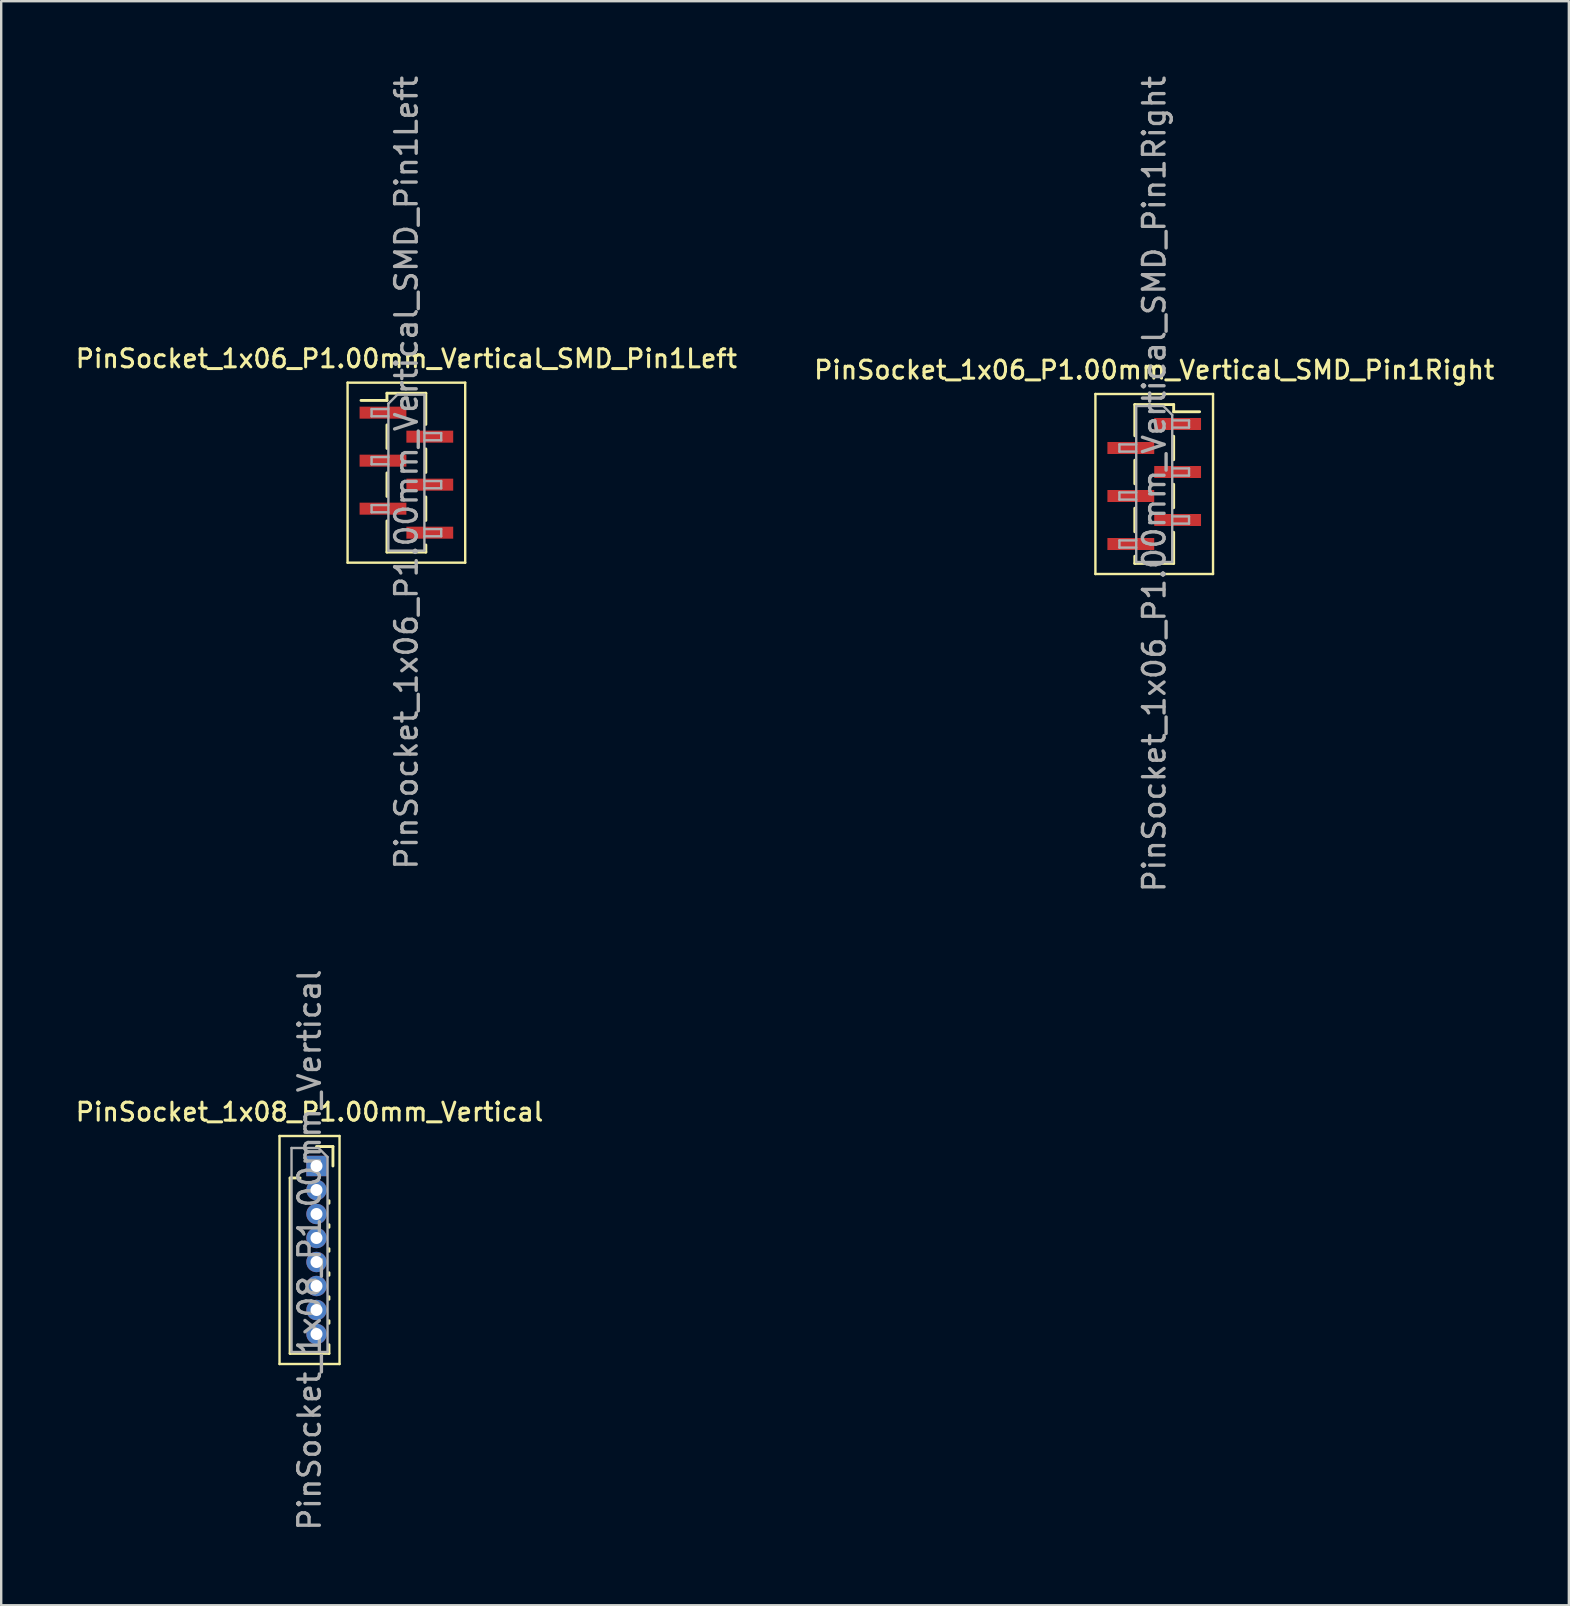
<source format=kicad_pcb>
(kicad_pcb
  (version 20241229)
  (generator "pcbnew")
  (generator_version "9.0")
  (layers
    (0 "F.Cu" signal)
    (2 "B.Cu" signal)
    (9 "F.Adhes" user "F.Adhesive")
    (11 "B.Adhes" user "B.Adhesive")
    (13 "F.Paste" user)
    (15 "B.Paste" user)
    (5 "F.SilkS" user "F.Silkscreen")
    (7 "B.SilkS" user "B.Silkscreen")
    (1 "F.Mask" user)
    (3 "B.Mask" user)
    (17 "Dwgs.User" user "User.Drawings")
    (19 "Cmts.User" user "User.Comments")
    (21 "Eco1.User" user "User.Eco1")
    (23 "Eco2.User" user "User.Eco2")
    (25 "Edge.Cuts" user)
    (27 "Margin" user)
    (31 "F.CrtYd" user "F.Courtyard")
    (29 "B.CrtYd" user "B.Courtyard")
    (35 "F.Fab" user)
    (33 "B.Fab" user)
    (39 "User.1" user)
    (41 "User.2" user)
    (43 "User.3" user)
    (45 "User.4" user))
  (footprint "PinSocket_1x06_P1.00mm_Vertical_SMD_Pin1Right"
    (layer "F.Cu")
    (at 45.034 17.113)
    (property "Reference" "PinSocket_1x06_P1.00mm_Vertical_SMD_Pin1Right" (at 0 -4.75 0) (layer "F.SilkS") (effects (font (size 0.75 0.75) (thickness 0.125))))
    (attr smd)
    (fp_line (start -2.45 -3.75) (end 2.45 -3.75) (stroke (width 0.1) (type solid)) (layer "F.SilkS"))
    (fp_line (start -2.45 3.75) (end -2.45 -3.75) (stroke (width 0.1) (type solid)) (layer "F.SilkS"))
    (fp_line (start -0.81 -3.31) (end -0.81 -2.01) (stroke (width 0.12) (type solid)) (layer "F.SilkS"))
    (fp_line (start -0.81 -3.31) (end 0.81 -3.31) (stroke (width 0.12) (type solid)) (layer "F.SilkS"))
    (fp_line (start -0.81 -0.99) (end -0.81 -0.01) (stroke (width 0.12) (type solid)) (layer "F.SilkS"))
    (fp_line (start -0.81 1.01) (end -0.81 1.99) (stroke (width 0.12) (type solid)) (layer "F.SilkS"))
    (fp_line (start -0.81 3.01) (end -0.81 3.31) (stroke (width 0.12) (type solid)) (layer "F.SilkS"))
    (fp_line (start -0.81 3.31) (end 0.81 3.31) (stroke (width 0.12) (type solid)) (layer "F.SilkS"))
    (fp_line (start 0.81 -3.31) (end 0.81 -3.01) (stroke (width 0.12) (type solid)) (layer "F.SilkS"))
    (fp_line (start 0.81 -3.01) (end 1.89 -3.01) (stroke (width 0.12) (type solid)) (layer "F.SilkS"))
    (fp_line (start 0.81 -1.99) (end 0.81 -1.01) (stroke (width 0.12) (type solid)) (layer "F.SilkS"))
    (fp_line (start 0.81 0.01) (end 0.81 0.99) (stroke (width 0.12) (type solid)) (layer "F.SilkS"))
    (fp_line (start 0.81 2.01) (end 0.81 3.31) (stroke (width 0.12) (type solid)) (layer "F.SilkS"))
    (fp_line (start 2.45 -3.75) (end 2.45 3.75) (stroke (width 0.1) (type solid)) (layer "F.SilkS"))
    (fp_line (start 2.45 3.75) (end -2.45 3.75) (stroke (width 0.1) (type solid)) (layer "F.SilkS"))
    (fp_line (start -1.45 -1.65) (end -0.75 -1.65) (stroke (width 0.1) (type solid)) (layer "F.Fab"))
    (fp_line (start -1.45 -1.35) (end -1.45 -1.65) (stroke (width 0.1) (type solid)) (layer "F.Fab"))
    (fp_line (start -1.45 0.35) (end -0.75 0.35) (stroke (width 0.1) (type solid)) (layer "F.Fab"))
    (fp_line (start -1.45 0.65) (end -1.45 0.35) (stroke (width 0.1) (type solid)) (layer "F.Fab"))
    (fp_line (start -1.45 2.35) (end -0.75 2.35) (stroke (width 0.1) (type solid)) (layer "F.Fab"))
    (fp_line (start -1.45 2.65) (end -1.45 2.35) (stroke (width 0.1) (type solid)) (layer "F.Fab"))
    (fp_line (start -0.75 -3.25) (end 0.375 -3.25) (stroke (width 0.1) (type solid)) (layer "F.Fab"))
    (fp_line (start -0.75 -1.35) (end -1.45 -1.35) (stroke (width 0.1) (type solid)) (layer "F.Fab"))
    (fp_line (start -0.75 0.65) (end -1.45 0.65) (stroke (width 0.1) (type solid)) (layer "F.Fab"))
    (fp_line (start -0.75 2.65) (end -1.45 2.65) (stroke (width 0.1) (type solid)) (layer "F.Fab"))
    (fp_line (start -0.75 3.25) (end -0.75 -3.25) (stroke (width 0.1) (type solid)) (layer "F.Fab"))
    (fp_line (start 0.375 -3.25) (end 0.75 -2.875) (stroke (width 0.1) (type solid)) (layer "F.Fab"))
    (fp_line (start 0.75 -2.875) (end 0.75 3.25) (stroke (width 0.1) (type solid)) (layer "F.Fab"))
    (fp_line (start 0.75 -2.65) (end 1.45 -2.65) (stroke (width 0.1) (type solid)) (layer "F.Fab"))
    (fp_line (start 0.75 -0.65) (end 1.45 -0.65) (stroke (width 0.1) (type solid)) (layer "F.Fab"))
    (fp_line (start 0.75 1.35) (end 1.45 1.35) (stroke (width 0.1) (type solid)) (layer "F.Fab"))
    (fp_line (start 0.75 3.25) (end -0.75 3.25) (stroke (width 0.1) (type solid)) (layer "F.Fab"))
    (fp_line (start 1.45 -2.65) (end 1.45 -2.35) (stroke (width 0.1) (type solid)) (layer "F.Fab"))
    (fp_line (start 1.45 -2.35) (end 0.75 -2.35) (stroke (width 0.1) (type solid)) (layer "F.Fab"))
    (fp_line (start 1.45 -0.65) (end 1.45 -0.35) (stroke (width 0.1) (type solid)) (layer "F.Fab"))
    (fp_line (start 1.45 -0.35) (end 0.75 -0.35) (stroke (width 0.1) (type solid)) (layer "F.Fab"))
    (fp_line (start 1.45 1.35) (end 1.45 1.65) (stroke (width 0.1) (type solid)) (layer "F.Fab"))
    (fp_line (start 1.45 1.65) (end 0.75 1.65) (stroke (width 0.1) (type solid)) (layer "F.Fab"))
    (fp_text user "${REFERENCE}" (at 0 0 90) (layer "F.Fab") (effects (font (size 0.9 0.9) (thickness 0.14))))
    (pad "1" smd rect (at 0.975 -2.5) (size 1.95 0.5) (layers "F.Cu" "F.Mask" "F.Paste"))
    (pad "2" smd rect (at -0.975 -1.5) (size 1.95 0.5) (layers "F.Cu" "F.Mask" "F.Paste"))
    (pad "3" smd rect (at 0.975 -0.5) (size 1.95 0.5) (layers "F.Cu" "F.Mask" "F.Paste"))
    (pad "4" smd rect (at -0.975 0.5) (size 1.95 0.5) (layers "F.Cu" "F.Mask" "F.Paste"))
    (pad "5" smd rect (at 0.975 1.5) (size 1.95 0.5) (layers "F.Cu" "F.Mask" "F.Paste"))
    (pad "6" smd rect (at -0.975 2.5) (size 1.95 0.5) (layers "F.Cu" "F.Mask" "F.Paste")))
  (footprint "PinSocket_1x08_P1.00mm_Vertical"
    (layer "F.Cu")
    (at 10.135 45.524)
    (property "Reference" "PinSocket_1x08_P1.00mm_Vertical" (at -0.29 -2.25 0) (layer "F.SilkS") (effects (font (size 0.75 0.75) (thickness 0.125))))
    (attr through_hole)
    (fp_line (start -1.54 -1.25) (end 0.96 -1.25) (stroke (width 0.1) (type solid)) (layer "F.SilkS"))
    (fp_line (start -1.54 8.25) (end -1.54 -1.25) (stroke (width 0.1) (type solid)) (layer "F.SilkS"))
    (fp_line (start -1.1 0.5) (end -1.1 7.81) (stroke (width 0.12) (type solid)) (layer "F.SilkS"))
    (fp_line (start -1.1 0.5) (end -0.685 0.5) (stroke (width 0.12) (type solid)) (layer "F.SilkS"))
    (fp_line (start -1.1 7.81) (end 0.52 7.81) (stroke (width 0.12) (type solid)) (layer "F.SilkS"))
    (fp_line (start 0 -0.81) (end 0.685 -0.81) (stroke (width 0.12) (type solid)) (layer "F.SilkS"))
    (fp_line (start 0.52 1.446) (end 0.52 1.554) (stroke (width 0.12) (type solid)) (layer "F.SilkS"))
    (fp_line (start 0.52 2.446) (end 0.52 2.554) (stroke (width 0.12) (type solid)) (layer "F.SilkS"))
    (fp_line (start 0.52 3.446) (end 0.52 3.554) (stroke (width 0.12) (type solid)) (layer "F.SilkS"))
    (fp_line (start 0.52 4.446) (end 0.52 4.554) (stroke (width 0.12) (type solid)) (layer "F.SilkS"))
    (fp_line (start 0.52 5.446) (end 0.52 5.554) (stroke (width 0.12) (type solid)) (layer "F.SilkS"))
    (fp_line (start 0.52 6.446) (end 0.52 6.554) (stroke (width 0.12) (type solid)) (layer "F.SilkS"))
    (fp_line (start 0.52 7.446) (end 0.52 7.81) (stroke (width 0.12) (type solid)) (layer "F.SilkS"))
    (fp_line (start 0.685 -0.81) (end 0.685 0) (stroke (width 0.12) (type solid)) (layer "F.SilkS"))
    (fp_line (start 0.96 -1.25) (end 0.96 8.25) (stroke (width 0.1) (type solid)) (layer "F.SilkS"))
    (fp_line (start 0.96 8.25) (end -1.54 8.25) (stroke (width 0.1) (type solid)) (layer "F.SilkS"))
    (fp_line (start -1.04 -0.75) (end 0.085 -0.75) (stroke (width 0.1) (type solid)) (layer "F.Fab"))
    (fp_line (start -1.04 7.75) (end -1.04 -0.75) (stroke (width 0.1) (type solid)) (layer "F.Fab"))
    (fp_line (start 0.085 -0.75) (end 0.46 -0.375) (stroke (width 0.1) (type solid)) (layer "F.Fab"))
    (fp_line (start 0.46 -0.375) (end 0.46 7.75) (stroke (width 0.1) (type solid)) (layer "F.Fab"))
    (fp_line (start 0.46 7.75) (end -1.04 7.75) (stroke (width 0.1) (type solid)) (layer "F.Fab"))
    (fp_text user "${REFERENCE}" (at -0.29 3.5 90) (layer "F.Fab") (effects (font (size 0.9 0.9) (thickness 0.14))))
    (pad "1" thru_hole rect (at 0 0) (size 0.85 0.85) (drill 0.5) (layers "*.Cu" "*.Mask"))
    (pad "2" thru_hole oval (at 0 1) (size 0.85 0.85) (drill 0.5) (layers "*.Cu" "*.Mask"))
    (pad "3" thru_hole oval (at 0 2) (size 0.85 0.85) (drill 0.5) (layers "*.Cu" "*.Mask"))
    (pad "4" thru_hole oval (at 0 3) (size 0.85 0.85) (drill 0.5) (layers "*.Cu" "*.Mask"))
    (pad "5" thru_hole oval (at 0 4) (size 0.85 0.85) (drill 0.5) (layers "*.Cu" "*.Mask"))
    (pad "6" thru_hole oval (at 0 5) (size 0.85 0.85) (drill 0.5) (layers "*.Cu" "*.Mask"))
    (pad "7" thru_hole oval (at 0 6) (size 0.85 0.85) (drill 0.5) (layers "*.Cu" "*.Mask"))
    (pad "8" thru_hole oval (at 0 7) (size 0.85 0.85) (drill 0.5) (layers "*.Cu" "*.Mask")))
  (footprint "PinSocket_1x06_P1.00mm_Vertical_SMD_Pin1Left"
    (layer "F.Cu")
    (at 13.88 16.641)
    (property "Reference" "PinSocket_1x06_P1.00mm_Vertical_SMD_Pin1Left" (at 0 -4.75 0) (layer "F.SilkS") (effects (font (size 0.75 0.75) (thickness 0.125))))
    (attr smd)
    (fp_line (start -2.45 -3.75) (end 2.45 -3.75) (stroke (width 0.1) (type solid)) (layer "F.SilkS"))
    (fp_line (start -2.45 3.75) (end -2.45 -3.75) (stroke (width 0.1) (type solid)) (layer "F.SilkS"))
    (fp_line (start -1.89 -3.01) (end -0.81 -3.01) (stroke (width 0.12) (type solid)) (layer "F.SilkS"))
    (fp_line (start -0.81 -3.31) (end -0.81 -3.01) (stroke (width 0.12) (type solid)) (layer "F.SilkS"))
    (fp_line (start -0.81 -3.31) (end 0.81 -3.31) (stroke (width 0.12) (type solid)) (layer "F.SilkS"))
    (fp_line (start -0.81 -1.99) (end -0.81 -1.01) (stroke (width 0.12) (type solid)) (layer "F.SilkS"))
    (fp_line (start -0.81 0.01) (end -0.81 0.99) (stroke (width 0.12) (type solid)) (layer "F.SilkS"))
    (fp_line (start -0.81 2.01) (end -0.81 3.31) (stroke (width 0.12) (type solid)) (layer "F.SilkS"))
    (fp_line (start -0.81 3.31) (end 0.81 3.31) (stroke (width 0.12) (type solid)) (layer "F.SilkS"))
    (fp_line (start 0.81 -3.31) (end 0.81 -2.01) (stroke (width 0.12) (type solid)) (layer "F.SilkS"))
    (fp_line (start 0.81 -0.99) (end 0.81 -0.01) (stroke (width 0.12) (type solid)) (layer "F.SilkS"))
    (fp_line (start 0.81 1.01) (end 0.81 1.99) (stroke (width 0.12) (type solid)) (layer "F.SilkS"))
    (fp_line (start 0.81 3.01) (end 0.81 3.31) (stroke (width 0.12) (type solid)) (layer "F.SilkS"))
    (fp_line (start 2.45 -3.75) (end 2.45 3.75) (stroke (width 0.1) (type solid)) (layer "F.SilkS"))
    (fp_line (start 2.45 3.75) (end -2.45 3.75) (stroke (width 0.1) (type solid)) (layer "F.SilkS"))
    (fp_line (start -1.45 -2.65) (end -0.75 -2.65) (stroke (width 0.1) (type solid)) (layer "F.Fab"))
    (fp_line (start -1.45 -2.35) (end -1.45 -2.65) (stroke (width 0.1) (type solid)) (layer "F.Fab"))
    (fp_line (start -1.45 -0.65) (end -0.75 -0.65) (stroke (width 0.1) (type solid)) (layer "F.Fab"))
    (fp_line (start -1.45 -0.35) (end -1.45 -0.65) (stroke (width 0.1) (type solid)) (layer "F.Fab"))
    (fp_line (start -1.45 1.35) (end -0.75 1.35) (stroke (width 0.1) (type solid)) (layer "F.Fab"))
    (fp_line (start -1.45 1.65) (end -1.45 1.35) (stroke (width 0.1) (type solid)) (layer "F.Fab"))
    (fp_line (start -0.75 -2.875) (end -0.375 -3.25) (stroke (width 0.1) (type solid)) (layer "F.Fab"))
    (fp_line (start -0.75 -2.35) (end -1.45 -2.35) (stroke (width 0.1) (type solid)) (layer "F.Fab"))
    (fp_line (start -0.75 -0.35) (end -1.45 -0.35) (stroke (width 0.1) (type solid)) (layer "F.Fab"))
    (fp_line (start -0.75 1.65) (end -1.45 1.65) (stroke (width 0.1) (type solid)) (layer "F.Fab"))
    (fp_line (start -0.75 3.25) (end -0.75 -2.875) (stroke (width 0.1) (type solid)) (layer "F.Fab"))
    (fp_line (start -0.375 -3.25) (end 0.75 -3.25) (stroke (width 0.1) (type solid)) (layer "F.Fab"))
    (fp_line (start 0.75 -3.25) (end 0.75 3.25) (stroke (width 0.1) (type solid)) (layer "F.Fab"))
    (fp_line (start 0.75 -1.65) (end 1.45 -1.65) (stroke (width 0.1) (type solid)) (layer "F.Fab"))
    (fp_line (start 0.75 0.35) (end 1.45 0.35) (stroke (width 0.1) (type solid)) (layer "F.Fab"))
    (fp_line (start 0.75 2.35) (end 1.45 2.35) (stroke (width 0.1) (type solid)) (layer "F.Fab"))
    (fp_line (start 0.75 3.25) (end -0.75 3.25) (stroke (width 0.1) (type solid)) (layer "F.Fab"))
    (fp_line (start 1.45 -1.65) (end 1.45 -1.35) (stroke (width 0.1) (type solid)) (layer "F.Fab"))
    (fp_line (start 1.45 -1.35) (end 0.75 -1.35) (stroke (width 0.1) (type solid)) (layer "F.Fab"))
    (fp_line (start 1.45 0.35) (end 1.45 0.65) (stroke (width 0.1) (type solid)) (layer "F.Fab"))
    (fp_line (start 1.45 0.65) (end 0.75 0.65) (stroke (width 0.1) (type solid)) (layer "F.Fab"))
    (fp_line (start 1.45 2.35) (end 1.45 2.65) (stroke (width 0.1) (type solid)) (layer "F.Fab"))
    (fp_line (start 1.45 2.65) (end 0.75 2.65) (stroke (width 0.1) (type solid)) (layer "F.Fab"))
    (fp_text user "${REFERENCE}" (at 0 0 90) (layer "F.Fab") (effects (font (size 0.9 0.9) (thickness 0.14))))
    (pad "1" smd rect (at -0.975 -2.5) (size 1.95 0.5) (layers "F.Cu" "F.Mask" "F.Paste"))
    (pad "2" smd rect (at 0.975 -1.5) (size 1.95 0.5) (layers "F.Cu" "F.Mask" "F.Paste"))
    (pad "3" smd rect (at -0.975 -0.5) (size 1.95 0.5) (layers "F.Cu" "F.Mask" "F.Paste"))
    (pad "4" smd rect (at 0.975 0.5) (size 1.95 0.5) (layers "F.Cu" "F.Mask" "F.Paste"))
    (pad "5" smd rect (at -0.975 1.5) (size 1.95 0.5) (layers "F.Cu" "F.Mask" "F.Paste"))
    (pad "6" smd rect (at 0.975 2.5) (size 1.95 0.5) (layers "F.Cu" "F.Mask" "F.Paste")))
  (gr_rect
    (start -3 -3)
    (end 62.307 63.823)
    (stroke (width 0.1) (type default))
    (fill no)
    (layer "Edge.Cuts")))
</source>
